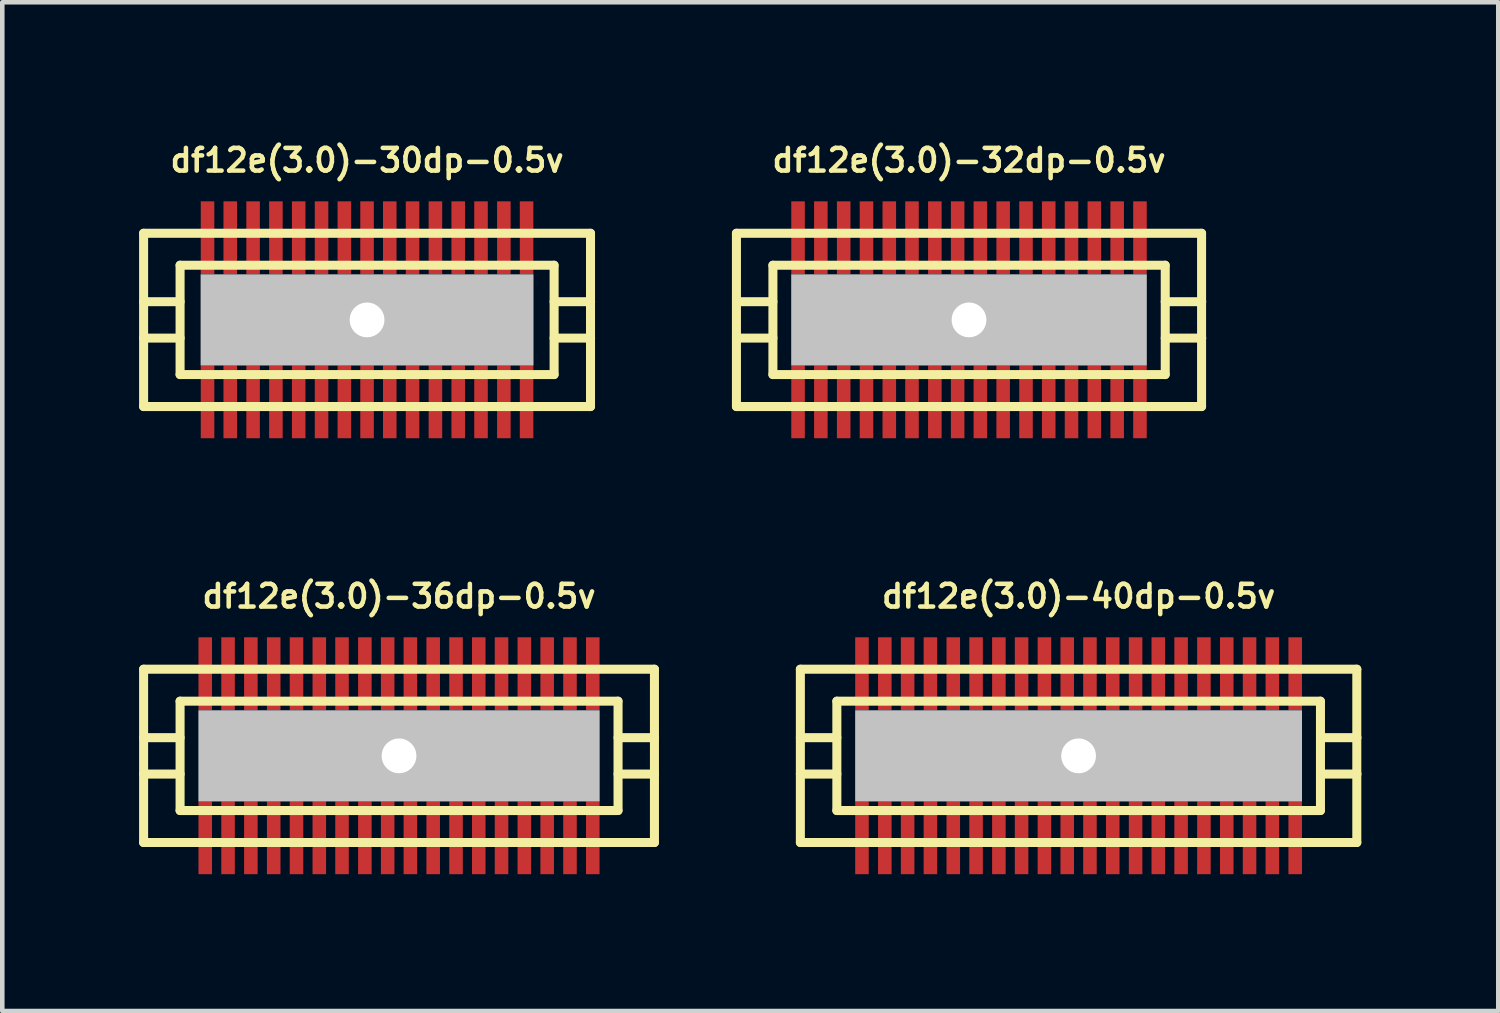
<source format=kicad_pcb>
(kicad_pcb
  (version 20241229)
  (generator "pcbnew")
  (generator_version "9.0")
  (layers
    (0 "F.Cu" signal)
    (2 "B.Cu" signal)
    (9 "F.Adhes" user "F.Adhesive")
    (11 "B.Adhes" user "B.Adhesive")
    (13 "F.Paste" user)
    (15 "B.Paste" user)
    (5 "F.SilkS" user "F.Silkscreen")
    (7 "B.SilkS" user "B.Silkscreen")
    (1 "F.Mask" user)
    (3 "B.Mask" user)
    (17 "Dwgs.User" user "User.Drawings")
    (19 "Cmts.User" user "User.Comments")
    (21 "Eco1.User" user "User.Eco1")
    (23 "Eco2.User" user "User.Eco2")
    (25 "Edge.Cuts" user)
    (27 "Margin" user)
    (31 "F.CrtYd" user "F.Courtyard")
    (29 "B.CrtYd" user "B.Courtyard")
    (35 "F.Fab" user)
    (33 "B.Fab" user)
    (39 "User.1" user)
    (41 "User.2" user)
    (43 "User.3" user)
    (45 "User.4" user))
  (footprint "df12e(3.0)-30dp-0.5v"
    (layer "F.Cu")
    (at 4.999 3.965)
    (property "Reference" "df12e(3.0)-30dp-0.5v" (at 0 -3.5 0) (layer "F.SilkS") (effects (font (size 0.498 0.498) (thickness 0.099))))
    (attr through_hole)
    (fp_line (start -4.9 -1.9) (end -4.9 1.9) (stroke (width 0.198) (type solid)) (layer "F.SilkS"))
    (fp_line (start -4.9 -1.9) (end 4.9 -1.9) (stroke (width 0.198) (type solid)) (layer "F.SilkS"))
    (fp_line (start -4.1 -0.399) (end -4.9 -0.399) (stroke (width 0.198) (type solid)) (layer "F.SilkS"))
    (fp_line (start -4.1 0.399) (end -4.9 0.399) (stroke (width 0.198) (type solid)) (layer "F.SilkS"))
    (fp_line (start -4.1 1.199) (end -4.1 -1.199) (stroke (width 0.198) (type solid)) (layer "F.SilkS"))
    (fp_line (start -4.1 1.199) (end 4.1 1.199) (stroke (width 0.198) (type solid)) (layer "F.SilkS"))
    (fp_line (start 4.1 -1.199) (end -4.1 -1.199) (stroke (width 0.198) (type solid)) (layer "F.SilkS"))
    (fp_line (start 4.102 -1.199) (end 4.102 1.199) (stroke (width 0.198) (type solid)) (layer "F.SilkS"))
    (fp_line (start 4.102 -0.399) (end 4.902 -0.399) (stroke (width 0.198) (type solid)) (layer "F.SilkS"))
    (fp_line (start 4.9 1.9) (end -4.9 1.9) (stroke (width 0.198) (type solid)) (layer "F.SilkS"))
    (fp_line (start 4.9 1.9) (end 4.9 -1.9) (stroke (width 0.198) (type solid)) (layer "F.SilkS"))
    (fp_line (start 4.902 0.399) (end 4.102 0.399) (stroke (width 0.198) (type solid)) (layer "F.SilkS"))
    (pad "" np_thru_hole rect (at 0 0) (size 7.3 1.999) (drill 0.762) (layers "Dwgs.User"))
    (pad "1" smd rect (at 3.498 1.796) (size 0.297 1.598) (layers "F.Cu" "F.Mask" "F.Paste"))
    (pad "2" smd rect (at 3 1.796) (size 0.297 1.598) (layers "F.Cu" "F.Mask" "F.Paste"))
    (pad "3" smd rect (at 2.499 1.796) (size 0.297 1.598) (layers "F.Cu" "F.Mask" "F.Paste"))
    (pad "4" smd rect (at 1.999 1.796) (size 0.297 1.598) (layers "F.Cu" "F.Mask" "F.Paste"))
    (pad "5" smd rect (at 1.499 1.796) (size 0.297 1.598) (layers "F.Cu" "F.Mask" "F.Paste"))
    (pad "6" smd rect (at 0.998 1.796) (size 0.297 1.598) (layers "F.Cu" "F.Mask" "F.Paste"))
    (pad "7" smd rect (at 0.498 1.796) (size 0.297 1.598) (layers "F.Cu" "F.Mask" "F.Paste"))
    (pad "8" smd rect (at 0 1.796) (size 0.297 1.598) (layers "F.Cu" "F.Mask" "F.Paste"))
    (pad "9" smd rect (at -0.498 1.796) (size 0.297 1.598) (layers "F.Cu" "F.Mask" "F.Paste"))
    (pad "10" smd rect (at -0.998 1.796) (size 0.297 1.598) (layers "F.Cu" "F.Mask" "F.Paste"))
    (pad "11" smd rect (at -1.499 1.796) (size 0.297 1.598) (layers "F.Cu" "F.Mask" "F.Paste"))
    (pad "12" smd rect (at -1.999 1.796) (size 0.297 1.598) (layers "F.Cu" "F.Mask" "F.Paste"))
    (pad "13" smd rect (at -2.499 1.796) (size 0.297 1.598) (layers "F.Cu" "F.Mask" "F.Paste"))
    (pad "14" smd rect (at -3 1.796) (size 0.297 1.598) (layers "F.Cu" "F.Mask" "F.Paste"))
    (pad "15" smd rect (at -3.498 1.796) (size 0.297 1.598) (layers "F.Cu" "F.Mask" "F.Paste"))
    (pad "16" smd rect (at -3.498 -1.801) (size 0.297 1.598) (layers "F.Cu" "F.Mask" "F.Paste"))
    (pad "17" smd rect (at -3 -1.801) (size 0.297 1.598) (layers "F.Cu" "F.Mask" "F.Paste"))
    (pad "18" smd rect (at -2.499 -1.801) (size 0.297 1.598) (layers "F.Cu" "F.Mask" "F.Paste"))
    (pad "19" smd rect (at -1.999 -1.801) (size 0.297 1.598) (layers "F.Cu" "F.Mask" "F.Paste"))
    (pad "20" smd rect (at -1.499 -1.801) (size 0.297 1.598) (layers "F.Cu" "F.Mask" "F.Paste"))
    (pad "21" smd rect (at -0.998 -1.801) (size 0.297 1.598) (layers "F.Cu" "F.Mask" "F.Paste"))
    (pad "22" smd rect (at -0.498 -1.801) (size 0.297 1.598) (layers "F.Cu" "F.Mask" "F.Paste"))
    (pad "23" smd rect (at 0 -1.801) (size 0.297 1.598) (layers "F.Cu" "F.Mask" "F.Paste"))
    (pad "24" smd rect (at 0.498 -1.801) (size 0.297 1.598) (layers "F.Cu" "F.Mask" "F.Paste"))
    (pad "25" smd rect (at 0.998 -1.801) (size 0.297 1.598) (layers "F.Cu" "F.Mask" "F.Paste"))
    (pad "26" smd rect (at 1.499 -1.801) (size 0.297 1.598) (layers "F.Cu" "F.Mask" "F.Paste"))
    (pad "27" smd rect (at 1.999 -1.801) (size 0.297 1.598) (layers "F.Cu" "F.Mask" "F.Paste"))
    (pad "28" smd rect (at 2.499 -1.801) (size 0.297 1.598) (layers "F.Cu" "F.Mask" "F.Paste"))
    (pad "29" smd rect (at 3 -1.801) (size 0.297 1.598) (layers "F.Cu" "F.Mask" "F.Paste"))
    (pad "30" smd rect (at 3.498 -1.801) (size 0.297 1.598) (layers "F.Cu" "F.Mask" "F.Paste")))
  (footprint "df12e(3.0)-36dp-0.5v"
    (layer "F.Cu")
    (at 5.7 13.525)
    (property "Reference" "df12e(3.0)-36dp-0.5v" (at 0 -3.5 0) (layer "F.SilkS") (effects (font (size 0.498 0.498) (thickness 0.099))))
    (attr through_hole)
    (fp_line (start -5.601 -1.9) (end -5.601 1.9) (stroke (width 0.198) (type solid)) (layer "F.SilkS"))
    (fp_line (start -5.601 -1.9) (end 5.601 -1.9) (stroke (width 0.198) (type solid)) (layer "F.SilkS"))
    (fp_line (start -4.801 -0.399) (end -5.601 -0.399) (stroke (width 0.198) (type solid)) (layer "F.SilkS"))
    (fp_line (start -4.801 0.399) (end -5.601 0.399) (stroke (width 0.198) (type solid)) (layer "F.SilkS"))
    (fp_line (start -4.801 1.199) (end -4.801 -1.199) (stroke (width 0.198) (type solid)) (layer "F.SilkS"))
    (fp_line (start -4.801 1.199) (end 4.801 1.199) (stroke (width 0.198) (type solid)) (layer "F.SilkS"))
    (fp_line (start 4.801 -1.199) (end -4.801 -1.199) (stroke (width 0.198) (type solid)) (layer "F.SilkS"))
    (fp_line (start 4.803 -1.199) (end 4.803 1.199) (stroke (width 0.198) (type solid)) (layer "F.SilkS"))
    (fp_line (start 4.803 -0.399) (end 5.603 -0.399) (stroke (width 0.198) (type solid)) (layer "F.SilkS"))
    (fp_line (start 5.601 1.9) (end -5.601 1.9) (stroke (width 0.198) (type solid)) (layer "F.SilkS"))
    (fp_line (start 5.601 1.9) (end 5.601 -1.9) (stroke (width 0.198) (type solid)) (layer "F.SilkS"))
    (fp_line (start 5.603 0.399) (end 4.803 0.399) (stroke (width 0.198) (type solid)) (layer "F.SilkS"))
    (pad "" np_thru_hole rect (at 0 0) (size 8.799 1.999) (drill 0.762) (layers "Dwgs.User"))
    (pad "1" smd rect (at 4.249 1.796) (size 0.297 1.598) (layers "F.Cu" "F.Mask" "F.Paste"))
    (pad "2" smd rect (at 3.749 1.796) (size 0.297 1.598) (layers "F.Cu" "F.Mask" "F.Paste"))
    (pad "3" smd rect (at 3.249 1.796) (size 0.297 1.598) (layers "F.Cu" "F.Mask" "F.Paste"))
    (pad "4" smd rect (at 2.748 1.796) (size 0.297 1.598) (layers "F.Cu" "F.Mask" "F.Paste"))
    (pad "5" smd rect (at 2.248 1.796) (size 0.297 1.598) (layers "F.Cu" "F.Mask" "F.Paste"))
    (pad "6" smd rect (at 1.748 1.796) (size 0.297 1.598) (layers "F.Cu" "F.Mask" "F.Paste"))
    (pad "7" smd rect (at 1.25 1.796) (size 0.297 1.598) (layers "F.Cu" "F.Mask" "F.Paste"))
    (pad "8" smd rect (at 0.749 1.796) (size 0.297 1.598) (layers "F.Cu" "F.Mask" "F.Paste"))
    (pad "9" smd rect (at 0.249 1.796) (size 0.297 1.598) (layers "F.Cu" "F.Mask" "F.Paste"))
    (pad "10" smd rect (at -0.249 1.796) (size 0.297 1.598) (layers "F.Cu" "F.Mask" "F.Paste"))
    (pad "11" smd rect (at -0.749 1.796) (size 0.297 1.598) (layers "F.Cu" "F.Mask" "F.Paste"))
    (pad "12" smd rect (at -1.25 1.796) (size 0.297 1.598) (layers "F.Cu" "F.Mask" "F.Paste"))
    (pad "13" smd rect (at -1.748 1.796) (size 0.297 1.598) (layers "F.Cu" "F.Mask" "F.Paste"))
    (pad "14" smd rect (at -2.248 1.796) (size 0.297 1.598) (layers "F.Cu" "F.Mask" "F.Paste"))
    (pad "15" smd rect (at -2.748 1.796) (size 0.297 1.598) (layers "F.Cu" "F.Mask" "F.Paste"))
    (pad "16" smd rect (at -3.249 1.796) (size 0.297 1.598) (layers "F.Cu" "F.Mask" "F.Paste"))
    (pad "17" smd rect (at -3.749 1.796) (size 0.297 1.598) (layers "F.Cu" "F.Mask" "F.Paste"))
    (pad "18" smd rect (at -4.249 1.796) (size 0.297 1.598) (layers "F.Cu" "F.Mask" "F.Paste"))
    (pad "19" smd rect (at -4.249 -1.801) (size 0.297 1.598) (layers "F.Cu" "F.Mask" "F.Paste"))
    (pad "20" smd rect (at -3.749 -1.801) (size 0.297 1.598) (layers "F.Cu" "F.Mask" "F.Paste"))
    (pad "21" smd rect (at -3.249 -1.801) (size 0.297 1.598) (layers "F.Cu" "F.Mask" "F.Paste"))
    (pad "22" smd rect (at -2.748 -1.801) (size 0.297 1.598) (layers "F.Cu" "F.Mask" "F.Paste"))
    (pad "23" smd rect (at -2.248 -1.801) (size 0.297 1.598) (layers "F.Cu" "F.Mask" "F.Paste"))
    (pad "24" smd rect (at -1.748 -1.801) (size 0.297 1.598) (layers "F.Cu" "F.Mask" "F.Paste"))
    (pad "25" smd rect (at -1.25 -1.801) (size 0.297 1.598) (layers "F.Cu" "F.Mask" "F.Paste"))
    (pad "26" smd rect (at -0.749 -1.801) (size 0.297 1.598) (layers "F.Cu" "F.Mask" "F.Paste"))
    (pad "27" smd rect (at -0.249 -1.801) (size 0.297 1.598) (layers "F.Cu" "F.Mask" "F.Paste"))
    (pad "28" smd rect (at 0.249 -1.801) (size 0.297 1.598) (layers "F.Cu" "F.Mask" "F.Paste"))
    (pad "29" smd rect (at 0.749 -1.801) (size 0.297 1.598) (layers "F.Cu" "F.Mask" "F.Paste"))
    (pad "30" smd rect (at 1.25 -1.801) (size 0.297 1.598) (layers "F.Cu" "F.Mask" "F.Paste"))
    (pad "31" smd rect (at 1.748 -1.801) (size 0.297 1.598) (layers "F.Cu" "F.Mask" "F.Paste"))
    (pad "32" smd rect (at 2.248 -1.801) (size 0.297 1.598) (layers "F.Cu" "F.Mask" "F.Paste"))
    (pad "33" smd rect (at 2.748 -1.801) (size 0.297 1.598) (layers "F.Cu" "F.Mask" "F.Paste"))
    (pad "34" smd rect (at 3.249 -1.801) (size 0.297 1.598) (layers "F.Cu" "F.Mask" "F.Paste"))
    (pad "35" smd rect (at 3.749 -1.801) (size 0.297 1.598) (layers "F.Cu" "F.Mask" "F.Paste"))
    (pad "36" smd rect (at 4.249 -1.801) (size 0.297 1.598) (layers "F.Cu" "F.Mask" "F.Paste")))
  (footprint "df12e(3.0)-32dp-0.5v"
    (layer "F.Cu")
    (at 18.199 3.965)
    (property "Reference" "df12e(3.0)-32dp-0.5v" (at 0 -3.5 0) (layer "F.SilkS") (effects (font (size 0.498 0.498) (thickness 0.099))))
    (attr through_hole)
    (fp_line (start -5.1 -1.9) (end -5.1 1.9) (stroke (width 0.198) (type solid)) (layer "F.SilkS"))
    (fp_line (start -5.1 -1.9) (end 5.1 -1.9) (stroke (width 0.198) (type solid)) (layer "F.SilkS"))
    (fp_line (start -4.3 -0.399) (end -5.1 -0.399) (stroke (width 0.198) (type solid)) (layer "F.SilkS"))
    (fp_line (start -4.3 0.399) (end -5.1 0.399) (stroke (width 0.198) (type solid)) (layer "F.SilkS"))
    (fp_line (start -4.3 1.199) (end -4.3 -1.199) (stroke (width 0.198) (type solid)) (layer "F.SilkS"))
    (fp_line (start -4.3 1.199) (end 4.3 1.199) (stroke (width 0.198) (type solid)) (layer "F.SilkS"))
    (fp_line (start 4.3 -1.199) (end -4.3 -1.199) (stroke (width 0.198) (type solid)) (layer "F.SilkS"))
    (fp_line (start 4.303 -1.199) (end 4.303 1.199) (stroke (width 0.198) (type solid)) (layer "F.SilkS"))
    (fp_line (start 4.303 -0.399) (end 5.103 -0.399) (stroke (width 0.198) (type solid)) (layer "F.SilkS"))
    (fp_line (start 5.1 1.9) (end -5.1 1.9) (stroke (width 0.198) (type solid)) (layer "F.SilkS"))
    (fp_line (start 5.1 1.9) (end 5.1 -1.9) (stroke (width 0.198) (type solid)) (layer "F.SilkS"))
    (fp_line (start 5.103 0.399) (end 4.303 0.399) (stroke (width 0.198) (type solid)) (layer "F.SilkS"))
    (pad "" np_thru_hole rect (at 0 0) (size 7.798 1.999) (drill 0.762) (layers "Dwgs.User"))
    (pad "1" smd rect (at 3.749 1.796) (size 0.297 1.598) (layers "F.Cu" "F.Mask" "F.Paste"))
    (pad "2" smd rect (at 3.249 1.796) (size 0.297 1.598) (layers "F.Cu" "F.Mask" "F.Paste"))
    (pad "3" smd rect (at 2.748 1.796) (size 0.297 1.598) (layers "F.Cu" "F.Mask" "F.Paste"))
    (pad "4" smd rect (at 2.248 1.796) (size 0.297 1.598) (layers "F.Cu" "F.Mask" "F.Paste"))
    (pad "5" smd rect (at 1.748 1.796) (size 0.297 1.598) (layers "F.Cu" "F.Mask" "F.Paste"))
    (pad "6" smd rect (at 1.25 1.796) (size 0.297 1.598) (layers "F.Cu" "F.Mask" "F.Paste"))
    (pad "7" smd rect (at 0.749 1.796) (size 0.297 1.598) (layers "F.Cu" "F.Mask" "F.Paste"))
    (pad "8" smd rect (at 0.249 1.796) (size 0.297 1.598) (layers "F.Cu" "F.Mask" "F.Paste"))
    (pad "9" smd rect (at -0.249 1.796) (size 0.297 1.598) (layers "F.Cu" "F.Mask" "F.Paste"))
    (pad "10" smd rect (at -0.749 1.796) (size 0.297 1.598) (layers "F.Cu" "F.Mask" "F.Paste"))
    (pad "11" smd rect (at -1.25 1.796) (size 0.297 1.598) (layers "F.Cu" "F.Mask" "F.Paste"))
    (pad "12" smd rect (at -1.748 1.796) (size 0.297 1.598) (layers "F.Cu" "F.Mask" "F.Paste"))
    (pad "13" smd rect (at -2.248 1.796) (size 0.297 1.598) (layers "F.Cu" "F.Mask" "F.Paste"))
    (pad "14" smd rect (at -2.748 1.796) (size 0.297 1.598) (layers "F.Cu" "F.Mask" "F.Paste"))
    (pad "15" smd rect (at -3.249 1.796) (size 0.297 1.598) (layers "F.Cu" "F.Mask" "F.Paste"))
    (pad "16" smd rect (at -3.749 1.796) (size 0.297 1.598) (layers "F.Cu" "F.Mask" "F.Paste"))
    (pad "17" smd rect (at -3.749 -1.801) (size 0.297 1.598) (layers "F.Cu" "F.Mask" "F.Paste"))
    (pad "18" smd rect (at -3.249 -1.801) (size 0.297 1.598) (layers "F.Cu" "F.Mask" "F.Paste"))
    (pad "19" smd rect (at -2.748 -1.801) (size 0.297 1.598) (layers "F.Cu" "F.Mask" "F.Paste"))
    (pad "20" smd rect (at -2.248 -1.801) (size 0.297 1.598) (layers "F.Cu" "F.Mask" "F.Paste"))
    (pad "21" smd rect (at -1.748 -1.801) (size 0.297 1.598) (layers "F.Cu" "F.Mask" "F.Paste"))
    (pad "22" smd rect (at -1.25 -1.801) (size 0.297 1.598) (layers "F.Cu" "F.Mask" "F.Paste"))
    (pad "23" smd rect (at -0.749 -1.801) (size 0.297 1.598) (layers "F.Cu" "F.Mask" "F.Paste"))
    (pad "24" smd rect (at -0.249 -1.801) (size 0.297 1.598) (layers "F.Cu" "F.Mask" "F.Paste"))
    (pad "25" smd rect (at 0.249 -1.801) (size 0.297 1.598) (layers "F.Cu" "F.Mask" "F.Paste"))
    (pad "26" smd rect (at 0.749 -1.801) (size 0.297 1.598) (layers "F.Cu" "F.Mask" "F.Paste"))
    (pad "27" smd rect (at 1.25 -1.801) (size 0.297 1.598) (layers "F.Cu" "F.Mask" "F.Paste"))
    (pad "28" smd rect (at 1.748 -1.801) (size 0.297 1.598) (layers "F.Cu" "F.Mask" "F.Paste"))
    (pad "29" smd rect (at 2.248 -1.801) (size 0.297 1.598) (layers "F.Cu" "F.Mask" "F.Paste"))
    (pad "30" smd rect (at 2.748 -1.801) (size 0.297 1.598) (layers "F.Cu" "F.Mask" "F.Paste"))
    (pad "31" smd rect (at 3.249 -1.801) (size 0.297 1.598) (layers "F.Cu" "F.Mask" "F.Paste"))
    (pad "32" smd rect (at 3.749 -1.801) (size 0.297 1.598) (layers "F.Cu" "F.Mask" "F.Paste")))
  (footprint "df12e(3.0)-40dp-0.5v"
    (layer "F.Cu")
    (at 20.602 13.525)
    (property "Reference" "df12e(3.0)-40dp-0.5v" (at 0 -3.5 0) (layer "F.SilkS") (effects (font (size 0.498 0.498) (thickness 0.099))))
    (attr through_hole)
    (fp_line (start -6.101 -1.9) (end -6.101 1.9) (stroke (width 0.198) (type solid)) (layer "F.SilkS"))
    (fp_line (start -6.101 1.9) (end 6.101 1.9) (stroke (width 0.198) (type solid)) (layer "F.SilkS"))
    (fp_line (start -5.301 -1.199) (end 5.301 -1.199) (stroke (width 0.198) (type solid)) (layer "F.SilkS"))
    (fp_line (start -5.301 -0.399) (end -6.101 -0.399) (stroke (width 0.198) (type solid)) (layer "F.SilkS"))
    (fp_line (start -5.301 0.399) (end -6.101 0.399) (stroke (width 0.198) (type solid)) (layer "F.SilkS"))
    (fp_line (start -5.301 1.199) (end -5.301 -1.199) (stroke (width 0.198) (type solid)) (layer "F.SilkS"))
    (fp_line (start 5.301 1.199) (end -5.301 1.199) (stroke (width 0.198) (type solid)) (layer "F.SilkS"))
    (fp_line (start 5.304 -1.199) (end 5.304 1.199) (stroke (width 0.198) (type solid)) (layer "F.SilkS"))
    (fp_line (start 5.304 -0.399) (end 6.104 -0.399) (stroke (width 0.198) (type solid)) (layer "F.SilkS"))
    (fp_line (start 6.101 -1.9) (end -6.101 -1.9) (stroke (width 0.198) (type solid)) (layer "F.SilkS"))
    (fp_line (start 6.101 1.9) (end 6.101 -1.9) (stroke (width 0.198) (type solid)) (layer "F.SilkS"))
    (fp_line (start 6.104 0.399) (end 5.304 0.399) (stroke (width 0.198) (type solid)) (layer "F.SilkS"))
    (pad "" np_thru_hole rect (at 0 0) (size 9.799 1.999) (drill 0.762) (layers "Dwgs.User"))
    (pad "1" smd rect (at 4.75 1.796) (size 0.297 1.598) (layers "F.Cu" "F.Mask" "F.Paste"))
    (pad "2" smd rect (at 4.249 1.796) (size 0.297 1.598) (layers "F.Cu" "F.Mask" "F.Paste"))
    (pad "3" smd rect (at 3.749 1.796) (size 0.297 1.598) (layers "F.Cu" "F.Mask" "F.Paste"))
    (pad "4" smd rect (at 3.249 1.796) (size 0.297 1.598) (layers "F.Cu" "F.Mask" "F.Paste"))
    (pad "5" smd rect (at 2.748 1.796) (size 0.297 1.598) (layers "F.Cu" "F.Mask" "F.Paste"))
    (pad "6" smd rect (at 2.248 1.796) (size 0.297 1.598) (layers "F.Cu" "F.Mask" "F.Paste"))
    (pad "7" smd rect (at 1.748 1.796) (size 0.297 1.598) (layers "F.Cu" "F.Mask" "F.Paste"))
    (pad "8" smd rect (at 1.25 1.796) (size 0.297 1.598) (layers "F.Cu" "F.Mask" "F.Paste"))
    (pad "9" smd rect (at 0.749 1.796) (size 0.297 1.598) (layers "F.Cu" "F.Mask" "F.Paste"))
    (pad "10" smd rect (at 0.249 1.796) (size 0.297 1.598) (layers "F.Cu" "F.Mask" "F.Paste"))
    (pad "11" smd rect (at -0.249 1.796) (size 0.297 1.598) (layers "F.Cu" "F.Mask" "F.Paste"))
    (pad "12" smd rect (at -0.749 1.796) (size 0.297 1.598) (layers "F.Cu" "F.Mask" "F.Paste"))
    (pad "13" smd rect (at -1.25 1.796) (size 0.297 1.598) (layers "F.Cu" "F.Mask" "F.Paste"))
    (pad "14" smd rect (at -1.748 1.796) (size 0.297 1.598) (layers "F.Cu" "F.Mask" "F.Paste"))
    (pad "15" smd rect (at -2.248 1.796) (size 0.297 1.598) (layers "F.Cu" "F.Mask" "F.Paste"))
    (pad "16" smd rect (at -2.748 1.796) (size 0.297 1.598) (layers "F.Cu" "F.Mask" "F.Paste"))
    (pad "17" smd rect (at -3.249 1.796) (size 0.297 1.598) (layers "F.Cu" "F.Mask" "F.Paste"))
    (pad "18" smd rect (at -3.749 1.796) (size 0.297 1.598) (layers "F.Cu" "F.Mask" "F.Paste"))
    (pad "19" smd rect (at -4.249 1.796) (size 0.297 1.598) (layers "F.Cu" "F.Mask" "F.Paste"))
    (pad "20" smd rect (at -4.75 1.796) (size 0.297 1.598) (layers "F.Cu" "F.Mask" "F.Paste"))
    (pad "21" smd rect (at -4.75 -1.801) (size 0.297 1.598) (layers "F.Cu" "F.Mask" "F.Paste"))
    (pad "22" smd rect (at -4.249 -1.801) (size 0.297 1.598) (layers "F.Cu" "F.Mask" "F.Paste"))
    (pad "23" smd rect (at -3.749 -1.801) (size 0.297 1.598) (layers "F.Cu" "F.Mask" "F.Paste"))
    (pad "24" smd rect (at -3.249 -1.801) (size 0.297 1.598) (layers "F.Cu" "F.Mask" "F.Paste"))
    (pad "25" smd rect (at -2.748 -1.801) (size 0.297 1.598) (layers "F.Cu" "F.Mask" "F.Paste"))
    (pad "26" smd rect (at -2.248 -1.801) (size 0.297 1.598) (layers "F.Cu" "F.Mask" "F.Paste"))
    (pad "27" smd rect (at -1.748 -1.801) (size 0.297 1.598) (layers "F.Cu" "F.Mask" "F.Paste"))
    (pad "28" smd rect (at -1.25 -1.801) (size 0.297 1.598) (layers "F.Cu" "F.Mask" "F.Paste"))
    (pad "29" smd rect (at -0.749 -1.801) (size 0.297 1.598) (layers "F.Cu" "F.Mask" "F.Paste"))
    (pad "30" smd rect (at -0.249 -1.801) (size 0.297 1.598) (layers "F.Cu" "F.Mask" "F.Paste"))
    (pad "31" smd rect (at 0.249 -1.801) (size 0.297 1.598) (layers "F.Cu" "F.Mask" "F.Paste"))
    (pad "32" smd rect (at 0.749 -1.801) (size 0.297 1.598) (layers "F.Cu" "F.Mask" "F.Paste"))
    (pad "33" smd rect (at 1.25 -1.801) (size 0.297 1.598) (layers "F.Cu" "F.Mask" "F.Paste"))
    (pad "34" smd rect (at 1.748 -1.801) (size 0.297 1.598) (layers "F.Cu" "F.Mask" "F.Paste"))
    (pad "35" smd rect (at 2.248 -1.801) (size 0.297 1.598) (layers "F.Cu" "F.Mask" "F.Paste"))
    (pad "36" smd rect (at 2.748 -1.801) (size 0.297 1.598) (layers "F.Cu" "F.Mask" "F.Paste"))
    (pad "37" smd rect (at 3.249 -1.801) (size 0.297 1.598) (layers "F.Cu" "F.Mask" "F.Paste"))
    (pad "38" smd rect (at 3.749 -1.801) (size 0.297 1.598) (layers "F.Cu" "F.Mask" "F.Paste"))
    (pad "39" smd rect (at 4.249 -1.801) (size 0.297 1.598) (layers "F.Cu" "F.Mask" "F.Paste"))
    (pad "40" smd rect (at 4.75 -1.801) (size 0.297 1.598) (layers "F.Cu" "F.Mask" "F.Paste")))
  (gr_rect
    (start -3 -3)
    (end 29.805 19.12)
    (stroke (width 0.1) (type default))
    (fill no)
    (layer "Edge.Cuts")))
</source>
